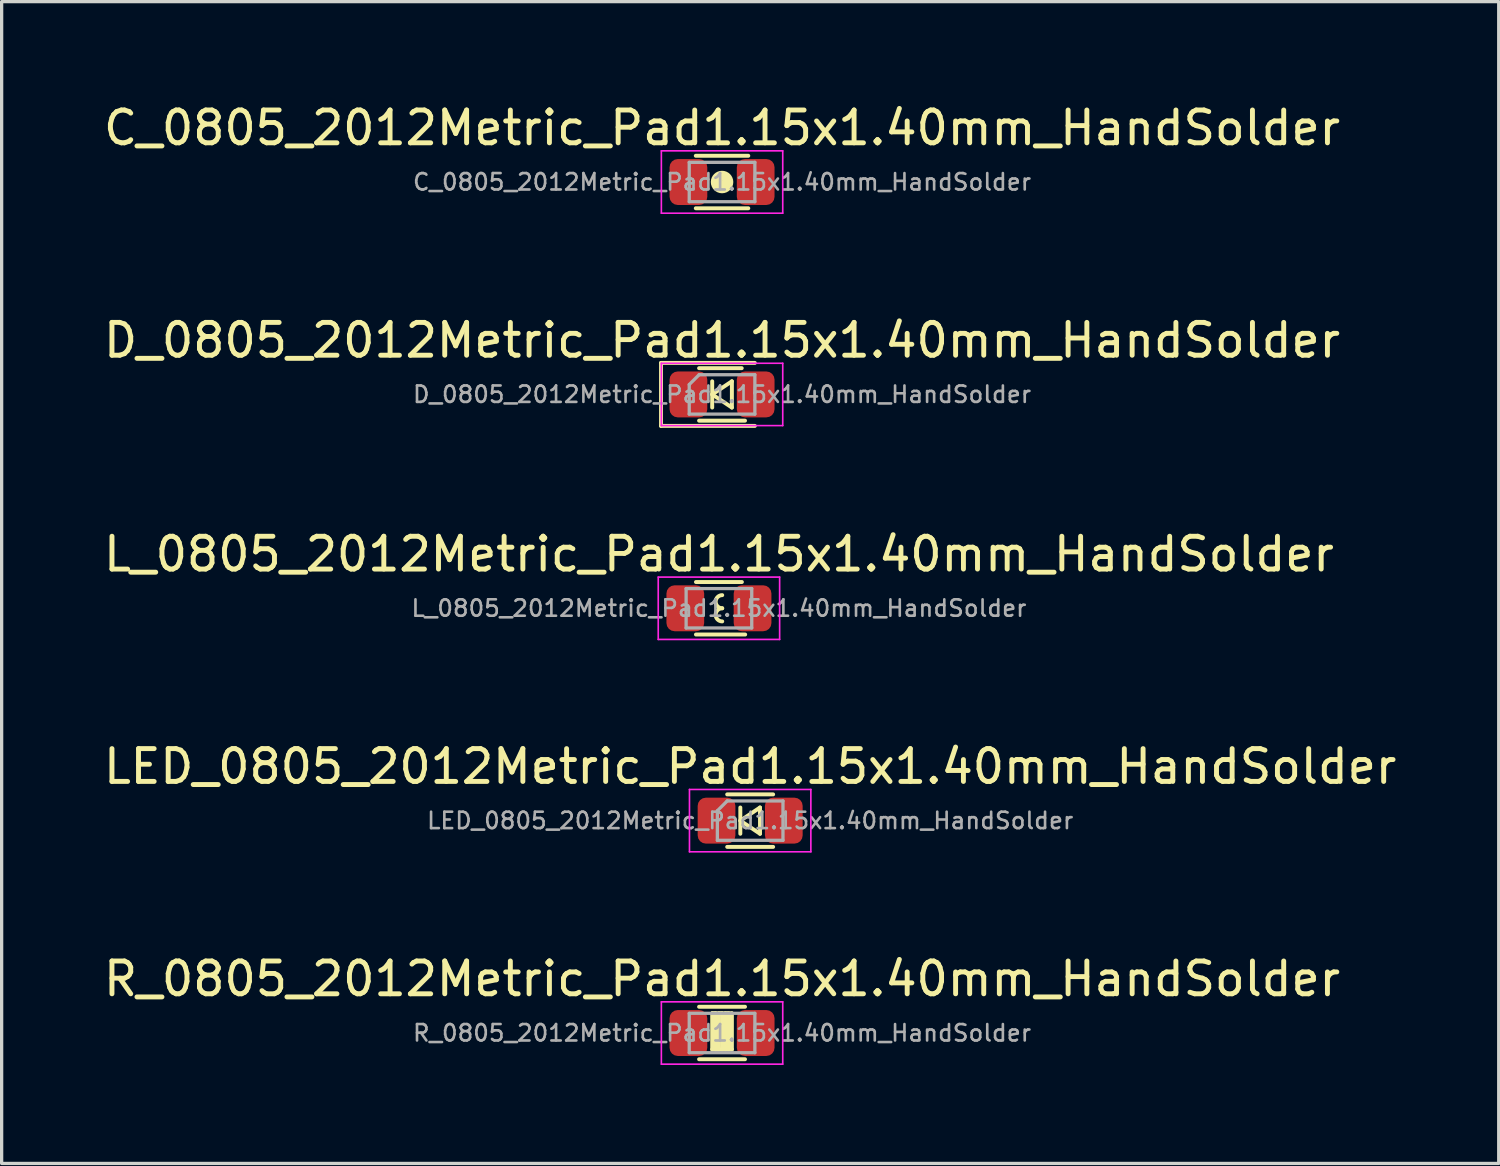
<source format=kicad_pcb>
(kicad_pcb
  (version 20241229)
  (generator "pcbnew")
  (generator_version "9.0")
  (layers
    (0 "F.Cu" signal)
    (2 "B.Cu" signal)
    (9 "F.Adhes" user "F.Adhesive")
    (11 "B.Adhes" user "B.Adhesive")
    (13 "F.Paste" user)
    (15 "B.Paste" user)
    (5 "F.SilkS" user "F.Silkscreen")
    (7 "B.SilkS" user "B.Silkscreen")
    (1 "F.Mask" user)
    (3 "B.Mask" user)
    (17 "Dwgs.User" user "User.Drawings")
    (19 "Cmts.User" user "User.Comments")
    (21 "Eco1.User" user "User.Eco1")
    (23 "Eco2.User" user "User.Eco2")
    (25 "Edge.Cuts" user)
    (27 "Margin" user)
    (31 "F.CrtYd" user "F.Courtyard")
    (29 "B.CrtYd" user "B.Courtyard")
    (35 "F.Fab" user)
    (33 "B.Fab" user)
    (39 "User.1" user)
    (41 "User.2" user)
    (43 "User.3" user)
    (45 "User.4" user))
  (footprint "LED_0805_2012Metric_Pad1.15x1.40mm_HandSolder"
    (layer "F.Cu")
    (at 19.815 21.963)
    (property "Reference" "LED_0805_2012Metric_Pad1.15x1.40mm_HandSolder" (at 0 -1.65 0) (layer "F.SilkS") (effects (font (size 1 1) (thickness 0.15))))
    (attr smd)
    (fp_line (start -0.7 -0.8) (end 0.7 -0.8) (stroke (width 0.12) (type solid)) (layer "F.SilkS"))
    (fp_line (start -0.7 0.8) (end 0.7 0.8) (stroke (width 0.12) (type solid)) (layer "F.SilkS"))
    (fp_line (start -0.3 -0.4) (end -0.3 0.4) (stroke (width 0.12) (type solid)) (layer "F.SilkS"))
    (fp_line (start 0.3 -0.4) (end -0.3 0) (stroke (width 0.12) (type solid)) (layer "F.SilkS"))
    (fp_line (start 0.3 -0.4) (end 0.3 0.4) (stroke (width 0.12) (type solid)) (layer "F.SilkS"))
    (fp_line (start 0.3 0.4) (end -0.3 0) (stroke (width 0.12) (type solid)) (layer "F.SilkS"))
    (fp_line (start -1.85 -0.95) (end 1.85 -0.95) (stroke (width 0.05) (type solid)) (layer "F.CrtYd"))
    (fp_line (start -1.85 0.95) (end -1.85 -0.95) (stroke (width 0.05) (type solid)) (layer "F.CrtYd"))
    (fp_line (start 1.85 -0.95) (end 1.85 0.95) (stroke (width 0.05) (type solid)) (layer "F.CrtYd"))
    (fp_line (start 1.85 0.95) (end -1.85 0.95) (stroke (width 0.05) (type solid)) (layer "F.CrtYd"))
    (fp_line (start -1 -0.3) (end -1 0.6) (stroke (width 0.1) (type solid)) (layer "F.Fab"))
    (fp_line (start -1 0.6) (end 1 0.6) (stroke (width 0.1) (type solid)) (layer "F.Fab"))
    (fp_line (start -0.7 -0.6) (end -1 -0.3) (stroke (width 0.1) (type solid)) (layer "F.Fab"))
    (fp_line (start 1 -0.6) (end -0.7 -0.6) (stroke (width 0.1) (type solid)) (layer "F.Fab"))
    (fp_line (start 1 0.6) (end 1 -0.6) (stroke (width 0.1) (type solid)) (layer "F.Fab"))
    (fp_text user "${REFERENCE}" (at 0 0 0) (layer "F.Fab") (effects (font (size 0.5 0.5) (thickness 0.08))))
    (pad "1" smd roundrect (at -1.025 0) (size 1.15 1.4) (layers "F.Cu" "F.Mask" "F.Paste") (roundrect_rratio 0.217))
    (pad "2" smd roundrect (at 1.025 0) (size 1.15 1.4) (layers "F.Cu" "F.Mask" "F.Paste") (roundrect_rratio 0.217)))
  (footprint "L_0805_2012Metric_Pad1.15x1.40mm_HandSolder"
    (layer "F.Cu")
    (at 18.863 15.49)
    (property "Reference" "L_0805_2012Metric_Pad1.15x1.40mm_HandSolder" (at 0 -1.65 0) (layer "F.SilkS") (effects (font (size 1 1) (thickness 0.15))))
    (attr smd)
    (fp_line (start -0.7 -0.8) (end 0.7 -0.8) (stroke (width 0.12) (type solid)) (layer "F.SilkS"))
    (fp_line (start -0.7 0.8) (end 0.8 0.8) (stroke (width 0.12) (type solid)) (layer "F.SilkS"))
    (fp_arc (start 0.1 0) (mid -0.1 -0.2) (end 0.1 -0.4) (stroke (width 0.12) (type solid)) (layer "F.SilkS"))
    (fp_arc (start 0.1 0.4) (mid -0.1 0.2) (end 0.1 0) (stroke (width 0.12) (type solid)) (layer "F.SilkS"))
    (fp_line (start -1.85 -0.95) (end 1.85 -0.95) (stroke (width 0.05) (type solid)) (layer "F.CrtYd"))
    (fp_line (start -1.85 0.95) (end -1.85 -0.95) (stroke (width 0.05) (type solid)) (layer "F.CrtYd"))
    (fp_line (start 1.85 -0.95) (end 1.85 0.95) (stroke (width 0.05) (type solid)) (layer "F.CrtYd"))
    (fp_line (start 1.85 0.95) (end -1.85 0.95) (stroke (width 0.05) (type solid)) (layer "F.CrtYd"))
    (fp_line (start -1 -0.6) (end 1 -0.6) (stroke (width 0.1) (type solid)) (layer "F.Fab"))
    (fp_line (start -1 0.6) (end -1 -0.6) (stroke (width 0.1) (type solid)) (layer "F.Fab"))
    (fp_line (start 1 -0.6) (end 1 0.6) (stroke (width 0.1) (type solid)) (layer "F.Fab"))
    (fp_line (start 1 0.6) (end -1 0.6) (stroke (width 0.1) (type solid)) (layer "F.Fab"))
    (fp_text user "${REFERENCE}" (at 0 0 0) (layer "F.Fab") (effects (font (size 0.5 0.5) (thickness 0.08))))
    (pad "A" smd roundrect (at 1.025 0) (size 1.15 1.4) (layers "F.Cu" "F.Mask" "F.Paste") (roundrect_rratio 0.217))
    (pad "C" smd roundrect (at -1.025 0) (size 1.15 1.4) (layers "F.Cu" "F.Mask" "F.Paste") (roundrect_rratio 0.217)))
  (footprint "D_0805_2012Metric_Pad1.15x1.40mm_HandSolder"
    (layer "F.Cu")
    (at 18.958 8.972)
    (property "Reference" "D_0805_2012Metric_Pad1.15x1.40mm_HandSolder" (at 0 -1.65 0) (layer "F.SilkS") (effects (font (size 1 1) (thickness 0.15))))
    (attr smd)
    (fp_line (start -1.86 -0.96) (end -1.86 0.96) (stroke (width 0.12) (type solid)) (layer "F.SilkS"))
    (fp_line (start -1.86 0.96) (end 1 0.96) (stroke (width 0.12) (type solid)) (layer "F.SilkS"))
    (fp_line (start -0.7 -0.8) (end 0.6 -0.8) (stroke (width 0.12) (type solid)) (layer "F.SilkS"))
    (fp_line (start -0.7 0.8) (end 0.7 0.8) (stroke (width 0.12) (type solid)) (layer "F.SilkS"))
    (fp_line (start -0.3 -0.4) (end -0.3 0.4) (stroke (width 0.12) (type solid)) (layer "F.SilkS"))
    (fp_line (start -0.3 0) (end 0.3 -0.4) (stroke (width 0.12) (type solid)) (layer "F.SilkS"))
    (fp_line (start 0.3 -0.4) (end 0.3 0.4) (stroke (width 0.12) (type solid)) (layer "F.SilkS"))
    (fp_line (start 0.3 0.4) (end -0.3 0) (stroke (width 0.12) (type solid)) (layer "F.SilkS"))
    (fp_line (start 1 -0.96) (end -1.86 -0.96) (stroke (width 0.12) (type solid)) (layer "F.SilkS"))
    (fp_line (start -1.85 -0.95) (end 1.85 -0.95) (stroke (width 0.05) (type solid)) (layer "F.CrtYd"))
    (fp_line (start -1.85 0.95) (end -1.85 -0.95) (stroke (width 0.05) (type solid)) (layer "F.CrtYd"))
    (fp_line (start 1.85 -0.95) (end 1.85 0.95) (stroke (width 0.05) (type solid)) (layer "F.CrtYd"))
    (fp_line (start 1.85 0.95) (end -1.85 0.95) (stroke (width 0.05) (type solid)) (layer "F.CrtYd"))
    (fp_line (start -1 -0.3) (end -1 0.6) (stroke (width 0.1) (type solid)) (layer "F.Fab"))
    (fp_line (start -1 0.6) (end 1 0.6) (stroke (width 0.1) (type solid)) (layer "F.Fab"))
    (fp_line (start -0.7 -0.6) (end -1 -0.3) (stroke (width 0.1) (type solid)) (layer "F.Fab"))
    (fp_line (start 1 -0.6) (end -0.7 -0.6) (stroke (width 0.1) (type solid)) (layer "F.Fab"))
    (fp_line (start 1 0.6) (end 1 -0.6) (stroke (width 0.1) (type solid)) (layer "F.Fab"))
    (fp_text user "${REFERENCE}" (at 0 0 0) (layer "F.Fab") (effects (font (size 0.5 0.5) (thickness 0.08))))
    (pad "1" smd roundrect (at -1.025 0) (size 1.15 1.4) (layers "F.Cu" "F.Mask" "F.Paste") (roundrect_rratio 0.217))
    (pad "2" smd roundrect (at 1.025 0) (size 1.15 1.4) (layers "F.Cu" "F.Mask" "F.Paste") (roundrect_rratio 0.217)))
  (footprint "C_0805_2012Metric_Pad1.15x1.40mm_HandSolder"
    (layer "F.Cu")
    (at 18.958 2.498)
    (property "Reference" "C_0805_2012Metric_Pad1.15x1.40mm_HandSolder" (at 0 -1.65 0) (layer "F.SilkS") (effects (font (size 1 1) (thickness 0.15))))
    (attr smd)
    (fp_line (start -0.8 -0.8) (end 0.8 -0.8) (stroke (width 0.12) (type solid)) (layer "F.SilkS"))
    (fp_line (start -0.8 0.8) (end 0.8 0.8) (stroke (width 0.12) (type solid)) (layer "F.SilkS"))
    (fp_line (start -0.2 0) (end 0.141 0) (stroke (width 0.12) (type solid)) (layer "F.SilkS"))
    (fp_line (start -0.1 0) (end -0.1 0.1) (stroke (width 0.12) (type solid)) (layer "F.SilkS"))
    (fp_line (start -0.1 0.1) (end 0.1 0.1) (stroke (width 0.12) (type solid)) (layer "F.SilkS"))
    (fp_line (start 0 -0.141) (end -0.1 0) (stroke (width 0.12) (type solid)) (layer "F.SilkS"))
    (fp_line (start 0.141 0) (end 0 -0.141) (stroke (width 0.12) (type solid)) (layer "F.SilkS"))
    (fp_circle (center 0 0) (end 0 0.2) (stroke (width 0.12) (type solid)) (fill no) (layer "F.SilkS"))
    (fp_circle (center 0 0) (end 0.1 -0.1) (stroke (width 0.12) (type solid)) (fill no) (layer "F.SilkS"))
    (fp_circle (center 0 0) (end 0.2 0.2) (stroke (width 0.12) (type solid)) (fill no) (layer "F.SilkS"))
    (fp_line (start -1.85 -0.95) (end 1.85 -0.95) (stroke (width 0.05) (type solid)) (layer "F.CrtYd"))
    (fp_line (start -1.85 0.95) (end -1.85 -0.95) (stroke (width 0.05) (type solid)) (layer "F.CrtYd"))
    (fp_line (start 1.85 -0.95) (end 1.85 0.95) (stroke (width 0.05) (type solid)) (layer "F.CrtYd"))
    (fp_line (start 1.85 0.95) (end -1.85 0.95) (stroke (width 0.05) (type solid)) (layer "F.CrtYd"))
    (fp_line (start -1 -0.6) (end 1 -0.6) (stroke (width 0.1) (type solid)) (layer "F.Fab"))
    (fp_line (start -1 0.6) (end -1 -0.6) (stroke (width 0.1) (type solid)) (layer "F.Fab"))
    (fp_line (start 1 -0.6) (end 1 0.6) (stroke (width 0.1) (type solid)) (layer "F.Fab"))
    (fp_line (start 1 0.6) (end -1 0.6) (stroke (width 0.1) (type solid)) (layer "F.Fab"))
    (fp_text user "${REFERENCE}" (at 0 0 0) (layer "F.Fab") (effects (font (size 0.5 0.5) (thickness 0.08))))
    (pad "1" smd roundrect (at -1.025 0) (size 1.15 1.4) (layers "F.Cu" "F.Mask" "F.Paste") (roundrect_rratio 0.217))
    (pad "2" smd roundrect (at 1.025 0) (size 1.15 1.4) (layers "F.Cu" "F.Mask" "F.Paste") (roundrect_rratio 0.217)))
  (footprint "R_0805_2012Metric_Pad1.15x1.40mm_HandSolder"
    (layer "F.Cu")
    (at 18.958 28.436)
    (property "Reference" "R_0805_2012Metric_Pad1.15x1.40mm_HandSolder" (at 0 -1.65 0) (layer "F.SilkS") (effects (font (size 1 1) (thickness 0.15))))
    (attr smd)
    (fp_line (start -0.7 -0.8) (end 0.7 -0.8) (stroke (width 0.12) (type solid)) (layer "F.SilkS"))
    (fp_line (start -0.7 0.8) (end 0.7 0.8) (stroke (width 0.12) (type solid)) (layer "F.SilkS"))
    (fp_line (start -0.3 -0.6) (end -0.3 0.5) (stroke (width 0.12) (type solid)) (layer "F.SilkS"))
    (fp_line (start -0.3 -0.6) (end -0.2 -0.6) (stroke (width 0.12) (type solid)) (layer "F.SilkS"))
    (fp_line (start -0.3 0.5) (end 0.3 0.5) (stroke (width 0.12) (type solid)) (layer "F.SilkS"))
    (fp_line (start -0.2 -0.6) (end -0.3 -0.6) (stroke (width 0.12) (type solid)) (layer "F.SilkS"))
    (fp_line (start -0.2 -0.6) (end -0.2 0.4) (stroke (width 0.12) (type solid)) (layer "F.SilkS"))
    (fp_line (start -0.2 0.4) (end -0.2 0.5) (stroke (width 0.12) (type solid)) (layer "F.SilkS"))
    (fp_line (start -0.2 0.5) (end -0.1 0.5) (stroke (width 0.12) (type solid)) (layer "F.SilkS"))
    (fp_line (start -0.1 -0.6) (end 0 -0.6) (stroke (width 0.12) (type solid)) (layer "F.SilkS"))
    (fp_line (start -0.1 0.5) (end -0.1 -0.6) (stroke (width 0.12) (type solid)) (layer "F.SilkS"))
    (fp_line (start 0 -0.6) (end 0 0.5) (stroke (width 0.12) (type solid)) (layer "F.SilkS"))
    (fp_line (start 0.1 -0.6) (end 0.1 0.5) (stroke (width 0.12) (type solid)) (layer "F.SilkS"))
    (fp_line (start 0.2 -0.6) (end 0.1 -0.6) (stroke (width 0.12) (type solid)) (layer "F.SilkS"))
    (fp_line (start 0.2 0.5) (end 0.2 -0.6) (stroke (width 0.12) (type solid)) (layer "F.SilkS"))
    (fp_line (start 0.3 -0.6) (end -0.2 -0.6) (stroke (width 0.12) (type solid)) (layer "F.SilkS"))
    (fp_line (start 0.3 0.5) (end 0.3 -0.6) (stroke (width 0.12) (type solid)) (layer "F.SilkS"))
    (fp_line (start -1.85 -0.95) (end 1.85 -0.95) (stroke (width 0.05) (type solid)) (layer "F.CrtYd"))
    (fp_line (start -1.85 0.95) (end -1.85 -0.95) (stroke (width 0.05) (type solid)) (layer "F.CrtYd"))
    (fp_line (start 1.85 -0.95) (end 1.85 0.95) (stroke (width 0.05) (type solid)) (layer "F.CrtYd"))
    (fp_line (start 1.85 0.95) (end -1.85 0.95) (stroke (width 0.05) (type solid)) (layer "F.CrtYd"))
    (fp_line (start -1 -0.6) (end 1 -0.6) (stroke (width 0.1) (type solid)) (layer "F.Fab"))
    (fp_line (start -1 0.6) (end -1 -0.6) (stroke (width 0.1) (type solid)) (layer "F.Fab"))
    (fp_line (start 1 -0.6) (end 1 0.6) (stroke (width 0.1) (type solid)) (layer "F.Fab"))
    (fp_line (start 1 0.6) (end -1 0.6) (stroke (width 0.1) (type solid)) (layer "F.Fab"))
    (fp_text user "${REFERENCE}" (at 0 0 0) (layer "F.Fab") (effects (font (size 0.5 0.5) (thickness 0.08))))
    (pad "1" smd roundrect (at -1.025 0) (size 1.15 1.4) (layers "F.Cu" "F.Mask" "F.Paste") (roundrect_rratio 0.217))
    (pad "2" smd roundrect (at 1.025 0) (size 1.15 1.4) (layers "F.Cu" "F.Mask" "F.Paste") (roundrect_rratio 0.217)))
  (gr_rect
    (start -3 -3)
    (end 42.631 32.411)
    (stroke (width 0.1) (type default))
    (fill no)
    (layer "Edge.Cuts")))
</source>
